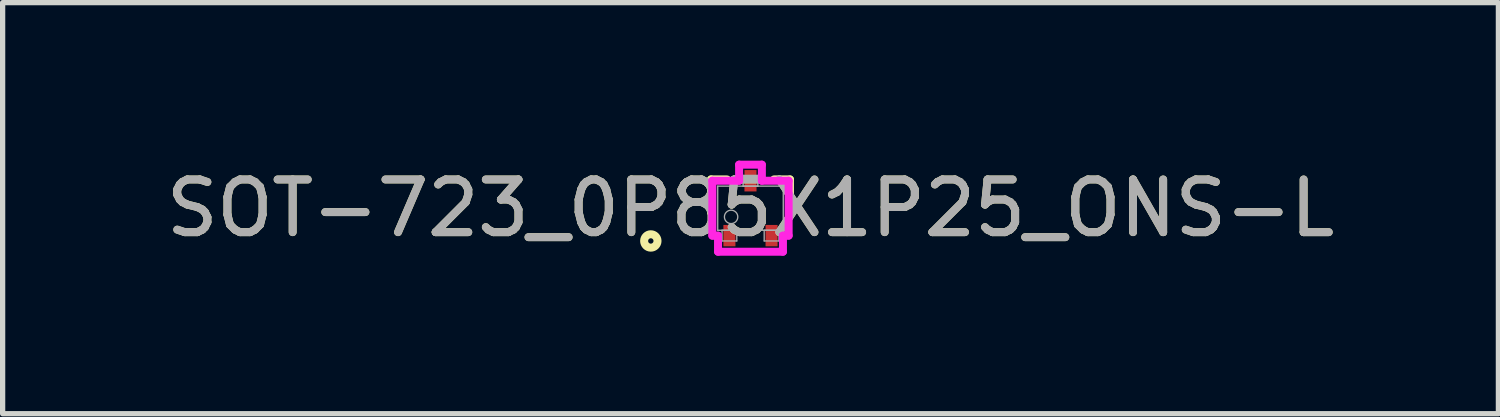
<source format=kicad_pcb>
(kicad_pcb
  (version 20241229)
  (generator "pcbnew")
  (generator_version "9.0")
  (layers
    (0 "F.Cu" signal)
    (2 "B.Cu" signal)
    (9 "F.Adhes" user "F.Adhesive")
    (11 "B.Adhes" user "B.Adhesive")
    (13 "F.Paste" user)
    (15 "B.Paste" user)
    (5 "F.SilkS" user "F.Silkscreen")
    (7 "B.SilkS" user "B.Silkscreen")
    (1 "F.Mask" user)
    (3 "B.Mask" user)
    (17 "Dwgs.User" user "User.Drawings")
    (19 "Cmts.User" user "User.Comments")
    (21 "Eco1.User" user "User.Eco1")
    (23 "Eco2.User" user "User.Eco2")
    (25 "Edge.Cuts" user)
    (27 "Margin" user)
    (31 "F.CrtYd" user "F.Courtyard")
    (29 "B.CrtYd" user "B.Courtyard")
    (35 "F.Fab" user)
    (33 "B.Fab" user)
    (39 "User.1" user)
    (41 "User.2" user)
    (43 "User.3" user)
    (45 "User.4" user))
  (footprint "SOT-723_0P85X1P25_ONS-L"
    (layer "F.Cu")
    (at 11.196 0.902)
    (property "Reference" "SOT-723_0P85X1P25_ONS-L" (at 0 0 0) (unlocked yes) (layer "F.SilkS") (effects (font (size 1 1) (thickness 0.15))))
    (attr smd)
    (fp_line (start -0.749 -0.546) (end -0.749 0.082) (stroke (width 0.152) (type solid)) (layer "F.SilkS"))
    (fp_line (start -0.447 -0.546) (end -0.749 -0.546) (stroke (width 0.152) (type solid)) (layer "F.SilkS"))
    (fp_line (start 0.749 -0.546) (end 0.447 -0.546) (stroke (width 0.152) (type solid)) (layer "F.SilkS"))
    (fp_line (start 0.749 0.082) (end 0.749 -0.546) (stroke (width 0.152) (type solid)) (layer "F.SilkS"))
    (fp_circle (center -1.892 0.622) (end -1.765 0.622) (stroke (width 0.152) (type solid)) (fill no) (layer "F.SilkS"))
    (fp_line (start -0.724 -0.521) (end -0.216 -0.521) (stroke (width 0.152) (type solid)) (layer "F.CrtYd"))
    (fp_line (start -0.724 0.521) (end -0.724 -0.521) (stroke (width 0.152) (type solid)) (layer "F.CrtYd"))
    (fp_line (start -0.724 0.521) (end -0.616 0.521) (stroke (width 0.152) (type solid)) (layer "F.CrtYd"))
    (fp_line (start -0.616 0.521) (end -0.616 0.826) (stroke (width 0.152) (type solid)) (layer "F.CrtYd"))
    (fp_line (start -0.616 0.826) (end 0.616 0.826) (stroke (width 0.152) (type solid)) (layer "F.CrtYd"))
    (fp_line (start -0.216 -0.826) (end 0.216 -0.826) (stroke (width 0.152) (type solid)) (layer "F.CrtYd"))
    (fp_line (start -0.216 -0.521) (end -0.216 -0.826) (stroke (width 0.152) (type solid)) (layer "F.CrtYd"))
    (fp_line (start 0.216 -0.521) (end 0.216 -0.826) (stroke (width 0.152) (type solid)) (layer "F.CrtYd"))
    (fp_line (start 0.616 0.521) (end 0.616 0.826) (stroke (width 0.152) (type solid)) (layer "F.CrtYd"))
    (fp_line (start 0.724 -0.521) (end 0.216 -0.521) (stroke (width 0.152) (type solid)) (layer "F.CrtYd"))
    (fp_line (start 0.724 -0.521) (end 0.724 0.521) (stroke (width 0.152) (type solid)) (layer "F.CrtYd"))
    (fp_line (start 0.724 0.521) (end 0.616 0.521) (stroke (width 0.152) (type solid)) (layer "F.CrtYd"))
    (fp_line (start -0.622 -0.419) (end -0.622 0.419) (stroke (width 0.025) (type solid)) (layer "F.Fab"))
    (fp_line (start -0.622 0.419) (end 0.622 0.419) (stroke (width 0.025) (type solid)) (layer "F.Fab"))
    (fp_line (start -0.54 0.419) (end -0.54 0.622) (stroke (width 0.025) (type solid)) (layer "F.Fab"))
    (fp_line (start -0.54 0.622) (end -0.26 0.622) (stroke (width 0.025) (type solid)) (layer "F.Fab"))
    (fp_line (start -0.26 0.419) (end -0.54 0.419) (stroke (width 0.025) (type solid)) (layer "F.Fab"))
    (fp_line (start -0.26 0.622) (end -0.26 0.419) (stroke (width 0.025) (type solid)) (layer "F.Fab"))
    (fp_line (start -0.14 -0.622) (end -0.14 -0.419) (stroke (width 0.025) (type solid)) (layer "F.Fab"))
    (fp_line (start -0.14 -0.419) (end 0.14 -0.419) (stroke (width 0.025) (type solid)) (layer "F.Fab"))
    (fp_line (start 0.14 -0.622) (end -0.14 -0.622) (stroke (width 0.025) (type solid)) (layer "F.Fab"))
    (fp_line (start 0.14 -0.419) (end 0.14 -0.622) (stroke (width 0.025) (type solid)) (layer "F.Fab"))
    (fp_line (start 0.26 0.419) (end 0.26 0.622) (stroke (width 0.025) (type solid)) (layer "F.Fab"))
    (fp_line (start 0.26 0.622) (end 0.54 0.622) (stroke (width 0.025) (type solid)) (layer "F.Fab"))
    (fp_line (start 0.54 0.419) (end 0.26 0.419) (stroke (width 0.025) (type solid)) (layer "F.Fab"))
    (fp_line (start 0.54 0.622) (end 0.54 0.419) (stroke (width 0.025) (type solid)) (layer "F.Fab"))
    (fp_line (start 0.622 -0.419) (end -0.622 -0.419) (stroke (width 0.025) (type solid)) (layer "F.Fab"))
    (fp_line (start 0.622 0.419) (end 0.622 -0.419) (stroke (width 0.025) (type solid)) (layer "F.Fab"))
    (fp_circle (center -0.368 0.165) (end -0.241 0.165) (stroke (width 0.025) (type solid)) (fill no) (layer "F.Fab"))
    (fp_text user "${REFERENCE}" (at 0 0 0) (unlocked yes) (layer "F.Fab") (effects (font (size 1 1) (thickness 0.15))))
    (pad "1" smd rect (at -0.4 0.521) (size 0.229 0.406) (layers "F.Cu" "F.Mask" "F.Paste"))
    (pad "2" smd rect (at 0.4 0.521) (size 0.229 0.406) (layers "F.Cu" "F.Mask" "F.Paste"))
    (pad "3" smd rect (at 0 -0.521) (size 0.229 0.406) (layers "F.Cu" "F.Mask" "F.Paste")))
  (gr_rect
    (start -3 -3)
    (end 25.393 4.803)
    (stroke (width 0.1) (type default))
    (fill no)
    (layer "Edge.Cuts")))
</source>
